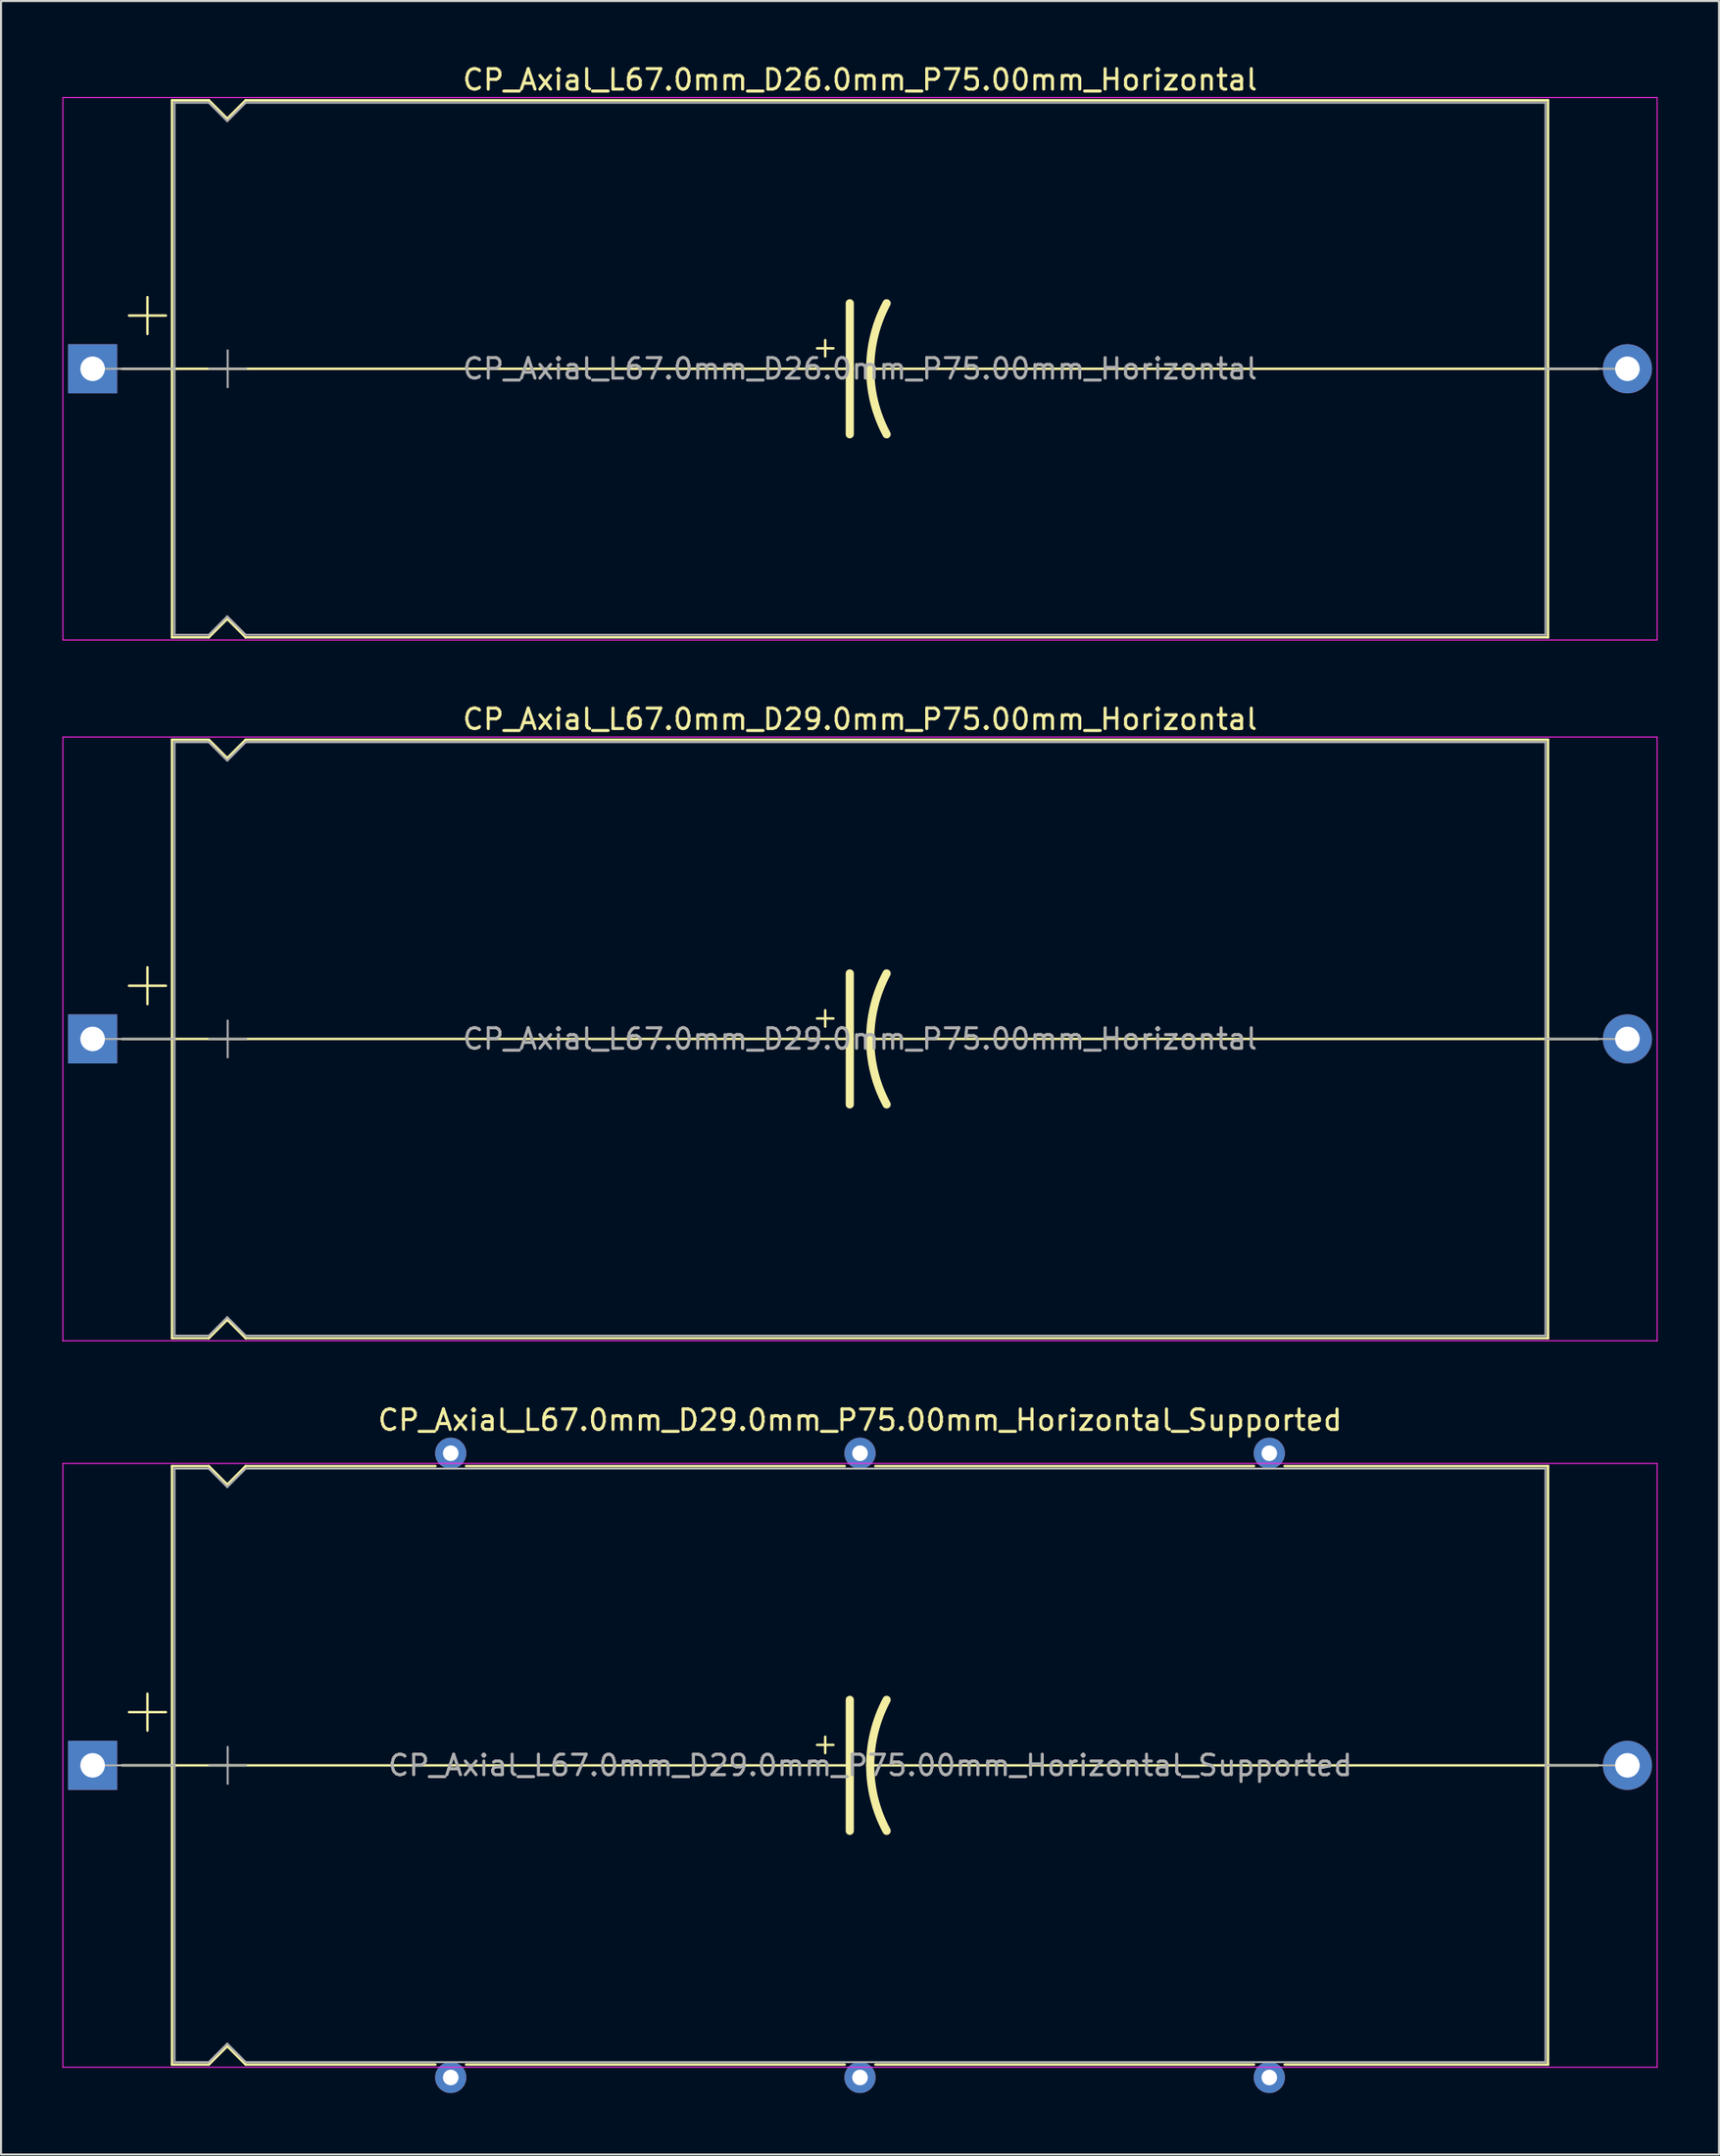
<source format=kicad_pcb>
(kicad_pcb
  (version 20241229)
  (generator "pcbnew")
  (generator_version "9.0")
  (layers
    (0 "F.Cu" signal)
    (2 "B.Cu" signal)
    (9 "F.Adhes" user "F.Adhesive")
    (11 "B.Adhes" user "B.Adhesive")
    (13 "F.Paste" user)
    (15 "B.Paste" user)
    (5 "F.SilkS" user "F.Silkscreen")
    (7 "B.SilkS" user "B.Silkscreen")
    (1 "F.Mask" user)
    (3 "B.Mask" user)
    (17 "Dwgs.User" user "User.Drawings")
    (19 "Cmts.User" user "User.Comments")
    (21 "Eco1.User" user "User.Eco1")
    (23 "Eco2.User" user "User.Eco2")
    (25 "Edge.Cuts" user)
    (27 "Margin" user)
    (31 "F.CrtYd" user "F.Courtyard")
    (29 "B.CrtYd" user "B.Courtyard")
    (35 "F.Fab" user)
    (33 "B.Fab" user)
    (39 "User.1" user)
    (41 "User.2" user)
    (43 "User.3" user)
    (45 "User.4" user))
  (footprint "CP_Axial_L67.0mm_D29.0mm_P75.00mm_Horizontal_Supported"
    (layer "F.Cu")
    (at 1.475 83.205)
    (property "Reference" "CP_Axial_L67.0mm_D29.0mm_P75.00mm_Horizontal_Supported" (at 37.5 -16.87 0) (layer "F.SilkS") (effects (font (size 1 1) (thickness 0.15))))
    (attr through_hole)
    (fp_line (start 1.44 0) (end 3.88 0) (stroke (width 0.12) (type solid)) (layer "F.SilkS"))
    (fp_line (start 1.78 -2.6) (end 3.58 -2.6) (stroke (width 0.12) (type solid)) (layer "F.SilkS"))
    (fp_line (start 2.68 -3.5) (end 2.68 -1.7) (stroke (width 0.12) (type solid)) (layer "F.SilkS"))
    (fp_line (start 3.88 -14.62) (end 3.88 14.62) (stroke (width 0.12) (type solid)) (layer "F.SilkS"))
    (fp_line (start 3.88 -14.62) (end 5.68 -14.62) (stroke (width 0.12) (type solid)) (layer "F.SilkS"))
    (fp_line (start 3.88 0) (end 37 0) (stroke (width 0.12) (type solid)) (layer "F.SilkS"))
    (fp_line (start 3.88 14.62) (end 5.68 14.62) (stroke (width 0.12) (type solid)) (layer "F.SilkS"))
    (fp_line (start 5.68 -14.62) (end 6.58 -13.72) (stroke (width 0.12) (type solid)) (layer "F.SilkS"))
    (fp_line (start 5.68 14.62) (end 6.58 13.72) (stroke (width 0.12) (type solid)) (layer "F.SilkS"))
    (fp_line (start 6.58 -13.72) (end 7.48 -14.62) (stroke (width 0.12) (type solid)) (layer "F.SilkS"))
    (fp_line (start 6.58 13.72) (end 7.48 14.62) (stroke (width 0.12) (type solid)) (layer "F.SilkS"))
    (fp_line (start 7.48 -14.62) (end 16.75 -14.62) (stroke (width 0.12) (type solid)) (layer "F.SilkS"))
    (fp_line (start 7.48 14.62) (end 16.75 14.62) (stroke (width 0.12) (type solid)) (layer "F.SilkS"))
    (fp_line (start 18.25 -14.62) (end 36.75 -14.62) (stroke (width 0.12) (type solid)) (layer "F.SilkS"))
    (fp_line (start 18.25 14.62) (end 36.75 14.62) (stroke (width 0.12) (type solid)) (layer "F.SilkS"))
    (fp_line (start 35.4 -1) (end 36.2 -1) (stroke (width 0.12) (type solid)) (layer "F.SilkS"))
    (fp_line (start 35.8 -1.4) (end 35.8 -0.6) (stroke (width 0.12) (type solid)) (layer "F.SilkS"))
    (fp_line (start 37 0) (end 37 -3.2) (stroke (width 0.4) (type solid)) (layer "F.SilkS"))
    (fp_line (start 37 0) (end 37 3.2) (stroke (width 0.4) (type solid)) (layer "F.SilkS"))
    (fp_line (start 38.25 -14.62) (end 56.75 -14.62) (stroke (width 0.12) (type solid)) (layer "F.SilkS"))
    (fp_line (start 38.25 14.62) (end 56.75 14.62) (stroke (width 0.12) (type solid)) (layer "F.SilkS"))
    (fp_line (start 58.25 -14.62) (end 71.12 -14.62) (stroke (width 0.12) (type solid)) (layer "F.SilkS"))
    (fp_line (start 58.25 14.62) (end 71.12 14.62) (stroke (width 0.12) (type solid)) (layer "F.SilkS"))
    (fp_line (start 71.12 -14.62) (end 71.12 14.62) (stroke (width 0.12) (type solid)) (layer "F.SilkS"))
    (fp_line (start 71.12 0) (end 38 0) (stroke (width 0.12) (type solid)) (layer "F.SilkS"))
    (fp_line (start 73.56 0) (end 71.12 0) (stroke (width 0.12) (type solid)) (layer "F.SilkS"))
    (fp_arc (start 38 0) (mid 38.203546 -1.649113) (end 38.8 -3.2) (stroke (width 0.4) (type solid)) (layer "F.SilkS"))
    (fp_arc (start 38.8 3.2) (mid 38.200708 1.649824) (end 38 0) (stroke (width 0.4) (type solid)) (layer "F.SilkS"))
    (fp_line (start -1.45 -14.75) (end -1.45 14.75) (stroke (width 0.05) (type solid)) (layer "F.CrtYd"))
    (fp_line (start -1.45 14.75) (end 76.45 14.75) (stroke (width 0.05) (type solid)) (layer "F.CrtYd"))
    (fp_line (start 76.45 -14.75) (end -1.45 -14.75) (stroke (width 0.05) (type solid)) (layer "F.CrtYd"))
    (fp_line (start 76.45 14.75) (end 76.45 -14.75) (stroke (width 0.05) (type solid)) (layer "F.CrtYd"))
    (fp_line (start 0 0) (end 4 0) (stroke (width 0.1) (type solid)) (layer "F.Fab"))
    (fp_line (start 4 -14.5) (end 4 14.5) (stroke (width 0.1) (type solid)) (layer "F.Fab"))
    (fp_line (start 4 -14.5) (end 5.68 -14.5) (stroke (width 0.1) (type solid)) (layer "F.Fab"))
    (fp_line (start 4 14.5) (end 5.68 14.5) (stroke (width 0.1) (type solid)) (layer "F.Fab"))
    (fp_line (start 5.68 -14.5) (end 6.58 -13.6) (stroke (width 0.1) (type solid)) (layer "F.Fab"))
    (fp_line (start 5.68 14.5) (end 6.58 13.6) (stroke (width 0.1) (type solid)) (layer "F.Fab"))
    (fp_line (start 5.7 0) (end 7.5 0) (stroke (width 0.1) (type solid)) (layer "F.Fab"))
    (fp_line (start 6.58 -13.6) (end 7.48 -14.5) (stroke (width 0.1) (type solid)) (layer "F.Fab"))
    (fp_line (start 6.58 13.6) (end 7.48 14.5) (stroke (width 0.1) (type solid)) (layer "F.Fab"))
    (fp_line (start 6.6 -0.9) (end 6.6 0.9) (stroke (width 0.1) (type solid)) (layer "F.Fab"))
    (fp_line (start 7.48 -14.5) (end 71 -14.5) (stroke (width 0.1) (type solid)) (layer "F.Fab"))
    (fp_line (start 7.48 14.5) (end 71 14.5) (stroke (width 0.1) (type solid)) (layer "F.Fab"))
    (fp_line (start 71 -14.5) (end 71 14.5) (stroke (width 0.1) (type solid)) (layer "F.Fab"))
    (fp_line (start 75 0) (end 71 0) (stroke (width 0.1) (type solid)) (layer "F.Fab"))
    (fp_text user "${REFERENCE}" (at 38 0 0) (layer "F.Fab") (effects (font (size 1 1) (thickness 0.15))))
    (pad "" thru_hole circle (at 17.5 -15.25) (size 1.524 1.524) (drill 0.762) (layers "*.Cu" "*.Mask"))
    (pad "" thru_hole circle (at 17.5 15.25) (size 1.524 1.524) (drill 0.762) (layers "*.Cu" "*.Mask"))
    (pad "" thru_hole circle (at 37.5 -15.25) (size 1.524 1.524) (drill 0.762) (layers "*.Cu" "*.Mask"))
    (pad "" thru_hole circle (at 37.5 15.25) (size 1.524 1.524) (drill 0.762) (layers "*.Cu" "*.Mask"))
    (pad "" thru_hole circle (at 57.5 -15.25) (size 1.524 1.524) (drill 0.762) (layers "*.Cu" "*.Mask"))
    (pad "" thru_hole circle (at 57.5 15.25) (size 1.524 1.524) (drill 0.762) (layers "*.Cu" "*.Mask"))
    (pad "1" thru_hole rect (at 0 0) (size 2.4 2.4) (drill 1.2) (layers "*.Cu" "*.Mask"))
    (pad "2" thru_hole oval (at 75 0) (size 2.4 2.4) (drill 1.2) (layers "*.Cu" "*.Mask")))
  (footprint "CP_Axial_L67.0mm_D26.0mm_P75.00mm_Horizontal"
    (layer "F.Cu")
    (at 1.475 14.968)
    (property "Reference" "CP_Axial_L67.0mm_D26.0mm_P75.00mm_Horizontal" (at 37.5 -14.12 0) (layer "F.SilkS") (effects (font (size 1 1) (thickness 0.15))))
    (attr through_hole)
    (fp_line (start 1.44 0) (end 3.88 0) (stroke (width 0.12) (type solid)) (layer "F.SilkS"))
    (fp_line (start 1.78 -2.6) (end 3.58 -2.6) (stroke (width 0.12) (type solid)) (layer "F.SilkS"))
    (fp_line (start 2.68 -3.5) (end 2.68 -1.7) (stroke (width 0.12) (type solid)) (layer "F.SilkS"))
    (fp_line (start 3.88 -13.12) (end 3.88 13.12) (stroke (width 0.12) (type solid)) (layer "F.SilkS"))
    (fp_line (start 3.88 -13.12) (end 5.68 -13.12) (stroke (width 0.12) (type solid)) (layer "F.SilkS"))
    (fp_line (start 3.88 0) (end 37 0) (stroke (width 0.12) (type solid)) (layer "F.SilkS"))
    (fp_line (start 3.88 13.12) (end 5.68 13.12) (stroke (width 0.12) (type solid)) (layer "F.SilkS"))
    (fp_line (start 5.68 -13.12) (end 6.58 -12.22) (stroke (width 0.12) (type solid)) (layer "F.SilkS"))
    (fp_line (start 5.68 13.12) (end 6.58 12.22) (stroke (width 0.12) (type solid)) (layer "F.SilkS"))
    (fp_line (start 6.58 -12.22) (end 7.48 -13.12) (stroke (width 0.12) (type solid)) (layer "F.SilkS"))
    (fp_line (start 6.58 12.22) (end 7.48 13.12) (stroke (width 0.12) (type solid)) (layer "F.SilkS"))
    (fp_line (start 7.48 -13.12) (end 71.12 -13.12) (stroke (width 0.12) (type solid)) (layer "F.SilkS"))
    (fp_line (start 7.48 13.12) (end 71.12 13.12) (stroke (width 0.12) (type solid)) (layer "F.SilkS"))
    (fp_line (start 35.4 -1) (end 36.2 -1) (stroke (width 0.12) (type solid)) (layer "F.SilkS"))
    (fp_line (start 35.8 -1.4) (end 35.8 -0.6) (stroke (width 0.12) (type solid)) (layer "F.SilkS"))
    (fp_line (start 37 0) (end 37 -3.2) (stroke (width 0.4) (type solid)) (layer "F.SilkS"))
    (fp_line (start 37 0) (end 37 3.2) (stroke (width 0.4) (type solid)) (layer "F.SilkS"))
    (fp_line (start 71.12 -13.12) (end 71.12 13.12) (stroke (width 0.12) (type solid)) (layer "F.SilkS"))
    (fp_line (start 71.12 0) (end 38 0) (stroke (width 0.12) (type solid)) (layer "F.SilkS"))
    (fp_line (start 73.56 0) (end 71.12 0) (stroke (width 0.12) (type solid)) (layer "F.SilkS"))
    (fp_arc (start 38 0) (mid 38.203546 -1.649113) (end 38.8 -3.2) (stroke (width 0.4) (type solid)) (layer "F.SilkS"))
    (fp_arc (start 38.8 3.2) (mid 38.200708 1.649824) (end 38 0) (stroke (width 0.4) (type solid)) (layer "F.SilkS"))
    (fp_line (start -1.45 -13.25) (end -1.45 13.25) (stroke (width 0.05) (type solid)) (layer "F.CrtYd"))
    (fp_line (start -1.45 13.25) (end 76.45 13.25) (stroke (width 0.05) (type solid)) (layer "F.CrtYd"))
    (fp_line (start 76.45 -13.25) (end -1.45 -13.25) (stroke (width 0.05) (type solid)) (layer "F.CrtYd"))
    (fp_line (start 76.45 13.25) (end 76.45 -13.25) (stroke (width 0.05) (type solid)) (layer "F.CrtYd"))
    (fp_line (start 0 0) (end 4 0) (stroke (width 0.1) (type solid)) (layer "F.Fab"))
    (fp_line (start 4 -13) (end 4 13) (stroke (width 0.1) (type solid)) (layer "F.Fab"))
    (fp_line (start 4 -13) (end 5.68 -13) (stroke (width 0.1) (type solid)) (layer "F.Fab"))
    (fp_line (start 4 13) (end 5.68 13) (stroke (width 0.1) (type solid)) (layer "F.Fab"))
    (fp_line (start 5.68 -13) (end 6.58 -12.1) (stroke (width 0.1) (type solid)) (layer "F.Fab"))
    (fp_line (start 5.68 13) (end 6.58 12.1) (stroke (width 0.1) (type solid)) (layer "F.Fab"))
    (fp_line (start 5.7 0) (end 7.5 0) (stroke (width 0.1) (type solid)) (layer "F.Fab"))
    (fp_line (start 6.58 -12.1) (end 7.48 -13) (stroke (width 0.1) (type solid)) (layer "F.Fab"))
    (fp_line (start 6.58 12.1) (end 7.48 13) (stroke (width 0.1) (type solid)) (layer "F.Fab"))
    (fp_line (start 6.6 -0.9) (end 6.6 0.9) (stroke (width 0.1) (type solid)) (layer "F.Fab"))
    (fp_line (start 7.48 -13) (end 71 -13) (stroke (width 0.1) (type solid)) (layer "F.Fab"))
    (fp_line (start 7.48 13) (end 71 13) (stroke (width 0.1) (type solid)) (layer "F.Fab"))
    (fp_line (start 71 -13) (end 71 13) (stroke (width 0.1) (type solid)) (layer "F.Fab"))
    (fp_line (start 75 0) (end 71 0) (stroke (width 0.1) (type solid)) (layer "F.Fab"))
    (fp_text user "${REFERENCE}" (at 37.5 0 0) (layer "F.Fab") (effects (font (size 1 1) (thickness 0.15))))
    (pad "1" thru_hole rect (at 0 0) (size 2.4 2.4) (drill 1.2) (layers "*.Cu" "*.Mask"))
    (pad "2" thru_hole oval (at 75 0) (size 2.4 2.4) (drill 1.2) (layers "*.Cu" "*.Mask")))
  (footprint "CP_Axial_L67.0mm_D29.0mm_P75.00mm_Horizontal"
    (layer "F.Cu")
    (at 1.475 47.712)
    (property "Reference" "CP_Axial_L67.0mm_D29.0mm_P75.00mm_Horizontal" (at 37.5 -15.62 0) (layer "F.SilkS") (effects (font (size 1 1) (thickness 0.15))))
    (attr through_hole)
    (fp_line (start 1.44 0) (end 3.88 0) (stroke (width 0.12) (type solid)) (layer "F.SilkS"))
    (fp_line (start 1.78 -2.6) (end 3.58 -2.6) (stroke (width 0.12) (type solid)) (layer "F.SilkS"))
    (fp_line (start 2.68 -3.5) (end 2.68 -1.7) (stroke (width 0.12) (type solid)) (layer "F.SilkS"))
    (fp_line (start 3.88 -14.62) (end 3.88 14.62) (stroke (width 0.12) (type solid)) (layer "F.SilkS"))
    (fp_line (start 3.88 -14.62) (end 5.68 -14.62) (stroke (width 0.12) (type solid)) (layer "F.SilkS"))
    (fp_line (start 3.88 0) (end 37 0) (stroke (width 0.12) (type solid)) (layer "F.SilkS"))
    (fp_line (start 3.88 14.62) (end 5.68 14.62) (stroke (width 0.12) (type solid)) (layer "F.SilkS"))
    (fp_line (start 5.68 -14.62) (end 6.58 -13.72) (stroke (width 0.12) (type solid)) (layer "F.SilkS"))
    (fp_line (start 5.68 14.62) (end 6.58 13.72) (stroke (width 0.12) (type solid)) (layer "F.SilkS"))
    (fp_line (start 6.58 -13.72) (end 7.48 -14.62) (stroke (width 0.12) (type solid)) (layer "F.SilkS"))
    (fp_line (start 6.58 13.72) (end 7.48 14.62) (stroke (width 0.12) (type solid)) (layer "F.SilkS"))
    (fp_line (start 7.48 -14.62) (end 71.12 -14.62) (stroke (width 0.12) (type solid)) (layer "F.SilkS"))
    (fp_line (start 7.48 14.62) (end 71.12 14.62) (stroke (width 0.12) (type solid)) (layer "F.SilkS"))
    (fp_line (start 35.4 -1) (end 36.2 -1) (stroke (width 0.12) (type solid)) (layer "F.SilkS"))
    (fp_line (start 35.8 -1.4) (end 35.8 -0.6) (stroke (width 0.12) (type solid)) (layer "F.SilkS"))
    (fp_line (start 37 0) (end 37 -3.2) (stroke (width 0.4) (type solid)) (layer "F.SilkS"))
    (fp_line (start 37 0) (end 37 3.2) (stroke (width 0.4) (type solid)) (layer "F.SilkS"))
    (fp_line (start 71.12 -14.62) (end 71.12 14.62) (stroke (width 0.12) (type solid)) (layer "F.SilkS"))
    (fp_line (start 71.12 0) (end 38 0) (stroke (width 0.12) (type solid)) (layer "F.SilkS"))
    (fp_line (start 73.56 0) (end 71.12 0) (stroke (width 0.12) (type solid)) (layer "F.SilkS"))
    (fp_arc (start 38 0) (mid 38.203546 -1.649113) (end 38.8 -3.2) (stroke (width 0.4) (type solid)) (layer "F.SilkS"))
    (fp_arc (start 38.8 3.2) (mid 38.200708 1.649824) (end 38 0) (stroke (width 0.4) (type solid)) (layer "F.SilkS"))
    (fp_line (start -1.45 -14.75) (end -1.45 14.75) (stroke (width 0.05) (type solid)) (layer "F.CrtYd"))
    (fp_line (start -1.45 14.75) (end 76.45 14.75) (stroke (width 0.05) (type solid)) (layer "F.CrtYd"))
    (fp_line (start 76.45 -14.75) (end -1.45 -14.75) (stroke (width 0.05) (type solid)) (layer "F.CrtYd"))
    (fp_line (start 76.45 14.75) (end 76.45 -14.75) (stroke (width 0.05) (type solid)) (layer "F.CrtYd"))
    (fp_line (start 0 0) (end 4 0) (stroke (width 0.1) (type solid)) (layer "F.Fab"))
    (fp_line (start 4 -14.5) (end 4 14.5) (stroke (width 0.1) (type solid)) (layer "F.Fab"))
    (fp_line (start 4 -14.5) (end 5.68 -14.5) (stroke (width 0.1) (type solid)) (layer "F.Fab"))
    (fp_line (start 4 14.5) (end 5.68 14.5) (stroke (width 0.1) (type solid)) (layer "F.Fab"))
    (fp_line (start 5.68 -14.5) (end 6.58 -13.6) (stroke (width 0.1) (type solid)) (layer "F.Fab"))
    (fp_line (start 5.68 14.5) (end 6.58 13.6) (stroke (width 0.1) (type solid)) (layer "F.Fab"))
    (fp_line (start 5.7 0) (end 7.5 0) (stroke (width 0.1) (type solid)) (layer "F.Fab"))
    (fp_line (start 6.58 -13.6) (end 7.48 -14.5) (stroke (width 0.1) (type solid)) (layer "F.Fab"))
    (fp_line (start 6.58 13.6) (end 7.48 14.5) (stroke (width 0.1) (type solid)) (layer "F.Fab"))
    (fp_line (start 6.6 -0.9) (end 6.6 0.9) (stroke (width 0.1) (type solid)) (layer "F.Fab"))
    (fp_line (start 7.48 -14.5) (end 71 -14.5) (stroke (width 0.1) (type solid)) (layer "F.Fab"))
    (fp_line (start 7.48 14.5) (end 71 14.5) (stroke (width 0.1) (type solid)) (layer "F.Fab"))
    (fp_line (start 71 -14.5) (end 71 14.5) (stroke (width 0.1) (type solid)) (layer "F.Fab"))
    (fp_line (start 75 0) (end 71 0) (stroke (width 0.1) (type solid)) (layer "F.Fab"))
    (fp_text user "${REFERENCE}" (at 37.5 0 0) (layer "F.Fab") (effects (font (size 1 1) (thickness 0.15))))
    (pad "1" thru_hole rect (at 0 0) (size 2.4 2.4) (drill 1.2) (layers "*.Cu" "*.Mask"))
    (pad "2" thru_hole oval (at 75 0) (size 2.4 2.4) (drill 1.2) (layers "*.Cu" "*.Mask")))
  (gr_rect
    (start -3 -3)
    (end 80.95 102.217)
    (stroke (width 0.1) (type default))
    (fill no)
    (layer "Edge.Cuts")))
</source>
